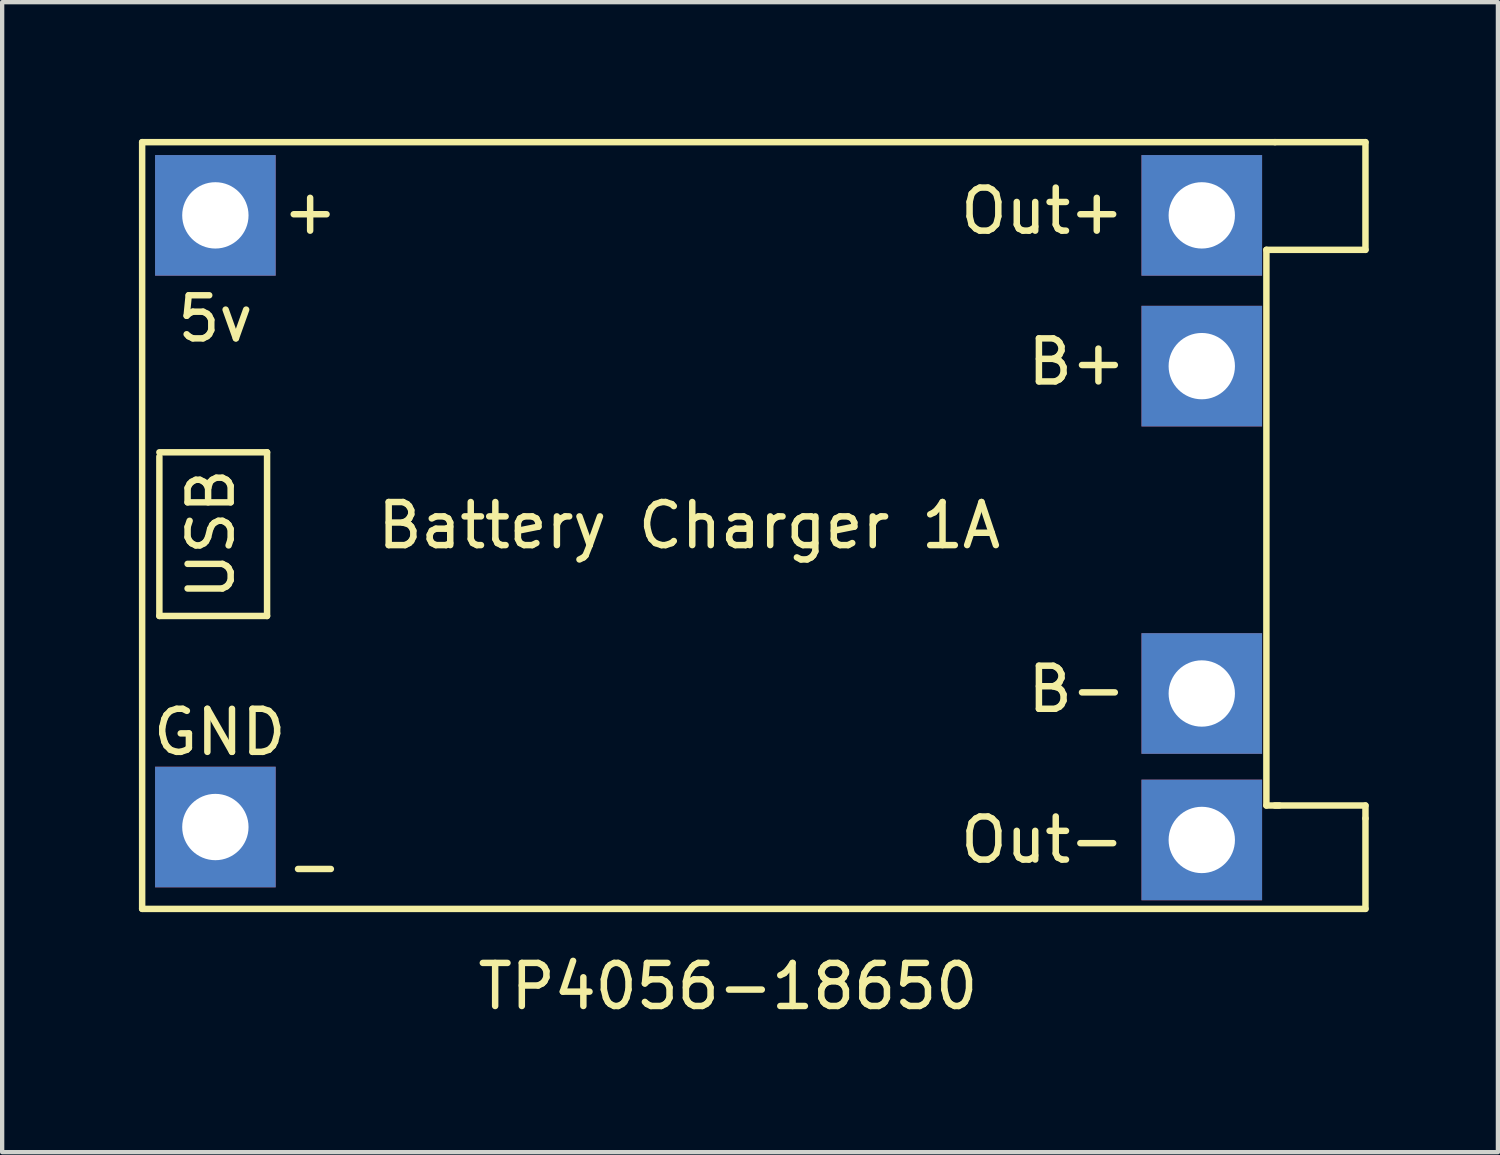
<source format=kicad_pcb>
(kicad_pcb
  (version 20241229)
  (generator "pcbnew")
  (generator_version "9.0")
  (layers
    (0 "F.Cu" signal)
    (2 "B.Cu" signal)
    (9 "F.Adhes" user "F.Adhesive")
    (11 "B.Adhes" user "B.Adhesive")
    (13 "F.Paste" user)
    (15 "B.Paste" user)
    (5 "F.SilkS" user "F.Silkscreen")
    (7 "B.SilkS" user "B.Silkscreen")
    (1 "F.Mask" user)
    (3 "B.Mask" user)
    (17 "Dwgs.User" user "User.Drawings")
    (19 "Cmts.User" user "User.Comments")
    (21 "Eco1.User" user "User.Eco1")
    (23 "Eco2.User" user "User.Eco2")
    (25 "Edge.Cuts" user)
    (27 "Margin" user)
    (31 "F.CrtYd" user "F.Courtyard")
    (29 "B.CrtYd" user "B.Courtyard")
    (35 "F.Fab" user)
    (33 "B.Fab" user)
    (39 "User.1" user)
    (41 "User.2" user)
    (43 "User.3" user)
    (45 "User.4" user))
  (footprint "TP4056-18650"
    (layer "F.Cu")
    (at 0.25 0.25)
    (property "Reference" "TP4056-18650" (at 13.6 19.6 0) (layer "F.SilkS") (effects (font (size 1 1) (thickness 0.15))))
    (attr through_hole)
    (fp_line (start 0 0) (end 26.3 0) (stroke (width 0.15) (type solid)) (layer "F.SilkS"))
    (fp_line (start 0 17.8) (end 0 0) (stroke (width 0.15) (type solid)) (layer "F.SilkS"))
    (fp_line (start 0.4 7.2) (end 2.9 7.2) (stroke (width 0.15) (type solid)) (layer "F.SilkS"))
    (fp_line (start 0.4 11) (end 0.4 7.3) (stroke (width 0.15) (type solid)) (layer "F.SilkS"))
    (fp_line (start 2.9 7.2) (end 2.9 11) (stroke (width 0.15) (type solid)) (layer "F.SilkS"))
    (fp_line (start 2.9 11) (end 0.4 11) (stroke (width 0.15) (type solid)) (layer "F.SilkS"))
    (fp_line (start 26.1 2.5) (end 26.1 15.4) (stroke (width 0.15) (type solid)) (layer "F.SilkS"))
    (fp_line (start 26.1 15.4) (end 26.4 15.4) (stroke (width 0.15) (type solid)) (layer "F.SilkS"))
    (fp_line (start 26.3 0) (end 28.4 0) (stroke (width 0.15) (type solid)) (layer "F.SilkS"))
    (fp_line (start 26.3 15.4) (end 28.4 15.4) (stroke (width 0.15) (type solid)) (layer "F.SilkS"))
    (fp_line (start 28.4 0) (end 28.4 2.5) (stroke (width 0.15) (type solid)) (layer "F.SilkS"))
    (fp_line (start 28.4 2.5) (end 26.1 2.5) (stroke (width 0.15) (type solid)) (layer "F.SilkS"))
    (fp_line (start 28.4 15.4) (end 28.4 15.7) (stroke (width 0.15) (type solid)) (layer "F.SilkS"))
    (fp_line (start 28.4 15.7) (end 28.4 17.8) (stroke (width 0.15) (type solid)) (layer "F.SilkS"))
    (fp_line (start 28.4 17.8) (end 0 17.8) (stroke (width 0.15) (type solid)) (layer "F.SilkS"))
    (fp_text user "B+" (at 21.7 5.1 0) (layer "F.SilkS") (effects (font (size 1 1) (thickness 0.15))))
    (fp_text user "B-" (at 21.7 12.7 0) (layer "F.SilkS") (effects (font (size 1 1) (thickness 0.15))))
    (fp_text user "Out-" (at 20.9 16.2 0) (layer "F.SilkS") (effects (font (size 1 1) (thickness 0.15))))
    (fp_text user "-" (at 4 16.8 0) (layer "F.SilkS") (effects (font (size 1 1) (thickness 0.15))))
    (fp_text user "Out+" (at 20.9 1.6 0) (layer "F.SilkS") (effects (font (size 1 1) (thickness 0.15))))
    (fp_text user "5v" (at 1.7 4.1 0) (layer "F.SilkS") (effects (font (size 1 1) (thickness 0.15))))
    (fp_text user "USB" (at 1.6 9.1 90) (layer "F.SilkS") (effects (font (size 1 1) (thickness 0.15))))
    (fp_text user "+" (at 3.9 1.6 0) (layer "F.SilkS") (effects (font (size 1 1) (thickness 0.15))))
    (fp_text user "GND" (at 1.8 13.7 0) (layer "F.SilkS") (effects (font (size 1 1) (thickness 0.15))))
    (fp_text user "Battery Charger 1A" (at 12.7 8.9 0) (layer "F.SilkS") (effects (font (size 1 1) (thickness 0.15))))
    (pad "1" thru_hole rect (at 1.7 1.7) (size 2.8 2.8) (drill 1.54) (layers "*.Cu" "*.Mask"))
    (pad "2" thru_hole rect (at 1.7 15.9) (size 2.8 2.8) (drill 1.54) (layers "*.Cu" "*.Mask"))
    (pad "3" thru_hole rect (at 24.6 1.7) (size 2.8 2.8) (drill 1.54) (layers "*.Cu" "*.Mask"))
    (pad "4" thru_hole rect (at 24.6 16.2) (size 2.8 2.8) (drill 1.54) (layers "*.Cu" "*.Mask"))
    (pad "5" thru_hole rect (at 24.6 5.2) (size 2.8 2.8) (drill 1.54) (layers "*.Cu" "*.Mask"))
    (pad "6" thru_hole rect (at 24.6 12.8) (size 2.8 2.8) (drill 1.54) (layers "*.Cu" "*.Mask")))
  (gr_rect
    (start -3 -3)
    (end 31.725 23.698)
    (stroke (width 0.1) (type default))
    (fill no)
    (layer "Edge.Cuts")))
</source>
